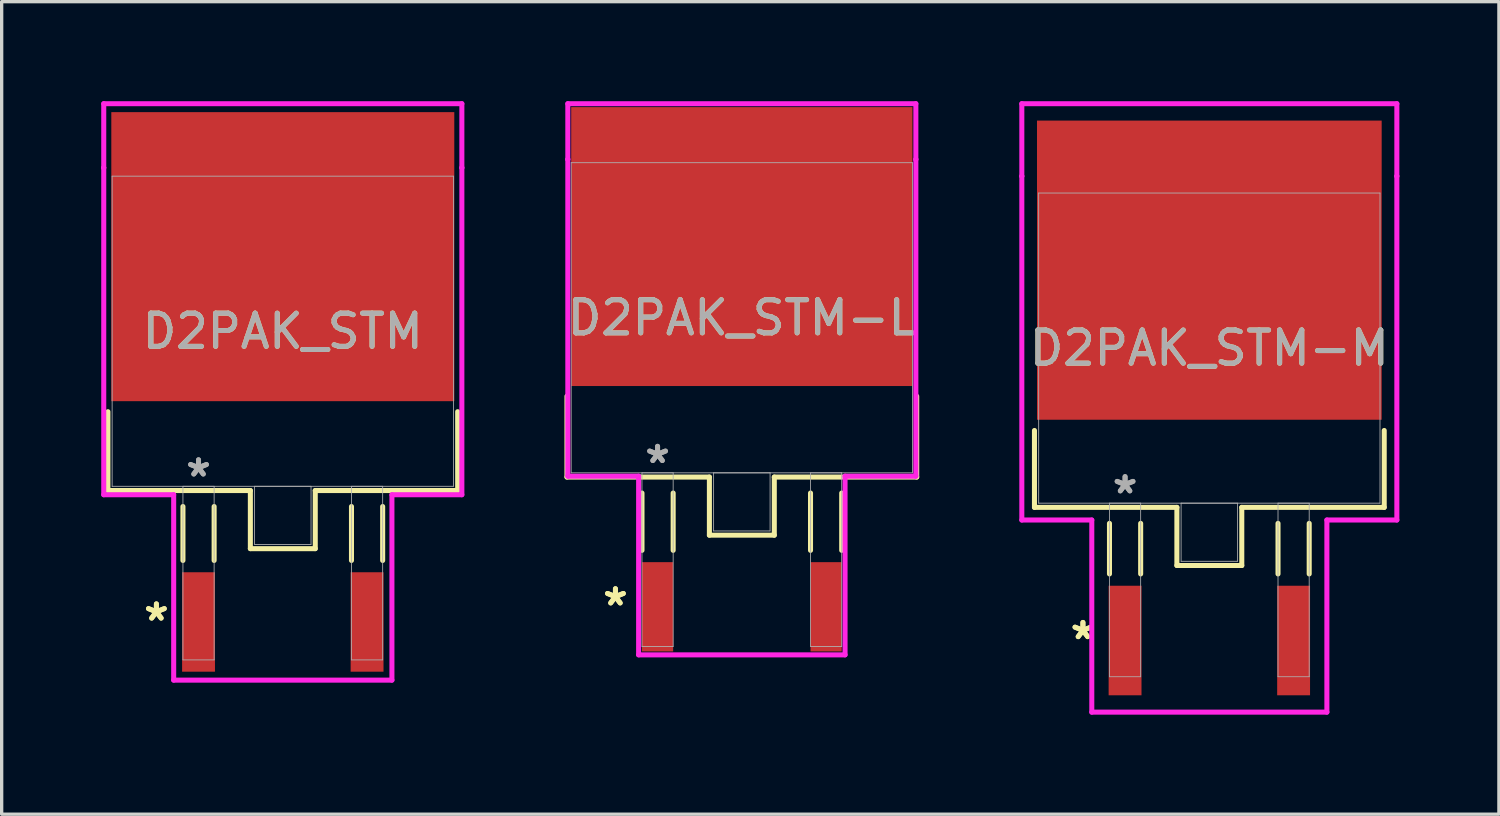
<source format=kicad_pcb>
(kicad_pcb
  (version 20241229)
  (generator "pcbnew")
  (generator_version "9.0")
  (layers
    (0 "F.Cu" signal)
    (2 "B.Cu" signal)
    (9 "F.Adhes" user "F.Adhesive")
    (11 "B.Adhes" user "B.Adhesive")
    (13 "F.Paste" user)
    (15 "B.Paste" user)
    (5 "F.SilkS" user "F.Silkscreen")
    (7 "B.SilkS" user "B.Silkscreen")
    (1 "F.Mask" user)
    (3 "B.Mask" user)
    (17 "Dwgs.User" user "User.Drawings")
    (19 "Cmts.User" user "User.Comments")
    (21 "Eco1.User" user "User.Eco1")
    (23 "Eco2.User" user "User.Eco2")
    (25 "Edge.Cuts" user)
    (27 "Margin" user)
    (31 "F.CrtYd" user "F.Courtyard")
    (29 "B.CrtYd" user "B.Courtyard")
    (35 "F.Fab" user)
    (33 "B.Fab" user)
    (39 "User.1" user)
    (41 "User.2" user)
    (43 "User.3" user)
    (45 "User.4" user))
  (footprint "D2PAK_STM"
    (layer "F.Cu")
    (at 5.474 6.934)
    (property "Reference" "D2PAK_STM" (at 0 0 0) (unlocked yes) (layer "F.SilkS") (effects (font (size 1 1) (thickness 0.15))))
    (attr smd)
    (fp_line (start -5.271 2.425) (end -5.271 4.801) (stroke (width 0.152) (type solid)) (layer "F.SilkS"))
    (fp_line (start -5.271 4.801) (end -0.978 4.801) (stroke (width 0.152) (type solid)) (layer "F.SilkS"))
    (fp_line (start -3.01 5.283) (end -3.01 6.909) (stroke (width 0.152) (type solid)) (layer "F.SilkS"))
    (fp_line (start -2.07 5.283) (end -2.07 6.909) (stroke (width 0.152) (type solid)) (layer "F.SilkS"))
    (fp_line (start -0.978 4.801) (end -0.978 6.553) (stroke (width 0.152) (type solid)) (layer "F.SilkS"))
    (fp_line (start -0.978 6.553) (end 0.978 6.553) (stroke (width 0.152) (type solid)) (layer "F.SilkS"))
    (fp_line (start 0.978 4.801) (end 5.271 4.801) (stroke (width 0.152) (type solid)) (layer "F.SilkS"))
    (fp_line (start 0.978 6.553) (end 0.978 4.801) (stroke (width 0.152) (type solid)) (layer "F.SilkS"))
    (fp_line (start 2.07 5.283) (end 2.07 6.909) (stroke (width 0.152) (type solid)) (layer "F.SilkS"))
    (fp_line (start 3.01 5.283) (end 3.01 6.909) (stroke (width 0.152) (type solid)) (layer "F.SilkS"))
    (fp_line (start 5.271 4.801) (end 5.271 2.425) (stroke (width 0.152) (type solid)) (layer "F.SilkS"))
    (fp_line (start -5.397 -6.858) (end 5.397 -6.858) (stroke (width 0.152) (type solid)) (layer "F.CrtYd"))
    (fp_line (start -5.397 -4.928) (end -5.397 -6.858) (stroke (width 0.152) (type solid)) (layer "F.CrtYd"))
    (fp_line (start -5.397 -4.928) (end -5.397 -4.928) (stroke (width 0.152) (type solid)) (layer "F.CrtYd"))
    (fp_line (start -5.397 4.928) (end -5.397 -4.928) (stroke (width 0.152) (type solid)) (layer "F.CrtYd"))
    (fp_line (start -3.289 4.928) (end -5.397 4.928) (stroke (width 0.152) (type solid)) (layer "F.CrtYd"))
    (fp_line (start -3.289 10.516) (end -3.289 4.928) (stroke (width 0.152) (type solid)) (layer "F.CrtYd"))
    (fp_line (start 3.289 4.928) (end 3.289 10.516) (stroke (width 0.152) (type solid)) (layer "F.CrtYd"))
    (fp_line (start 3.289 10.516) (end -3.289 10.516) (stroke (width 0.152) (type solid)) (layer "F.CrtYd"))
    (fp_line (start 5.397 -6.858) (end 5.397 -4.928) (stroke (width 0.152) (type solid)) (layer "F.CrtYd"))
    (fp_line (start 5.397 -4.928) (end 5.397 -4.928) (stroke (width 0.152) (type solid)) (layer "F.CrtYd"))
    (fp_line (start 5.397 -4.928) (end 5.397 4.928) (stroke (width 0.152) (type solid)) (layer "F.CrtYd"))
    (fp_line (start 5.397 4.928) (end 3.289 4.928) (stroke (width 0.152) (type solid)) (layer "F.CrtYd"))
    (fp_line (start -5.144 -4.674) (end -5.144 4.674) (stroke (width 0.025) (type solid)) (layer "F.Fab"))
    (fp_line (start -5.144 4.674) (end 5.144 4.674) (stroke (width 0.025) (type solid)) (layer "F.Fab"))
    (fp_line (start -3.01 4.674) (end -3.01 9.906) (stroke (width 0.025) (type solid)) (layer "F.Fab"))
    (fp_line (start -3.01 9.906) (end -2.07 9.906) (stroke (width 0.025) (type solid)) (layer "F.Fab"))
    (fp_line (start -2.07 4.674) (end -3.01 4.674) (stroke (width 0.025) (type solid)) (layer "F.Fab"))
    (fp_line (start -2.07 9.906) (end -2.07 4.674) (stroke (width 0.025) (type solid)) (layer "F.Fab"))
    (fp_line (start -0.851 4.674) (end -0.851 6.426) (stroke (width 0.025) (type solid)) (layer "F.Fab"))
    (fp_line (start -0.851 6.426) (end 0.851 6.426) (stroke (width 0.025) (type solid)) (layer "F.Fab"))
    (fp_line (start 0.851 4.674) (end -0.851 4.674) (stroke (width 0.025) (type solid)) (layer "F.Fab"))
    (fp_line (start 0.851 6.426) (end 0.851 4.674) (stroke (width 0.025) (type solid)) (layer "F.Fab"))
    (fp_line (start 2.07 4.674) (end 2.07 9.906) (stroke (width 0.025) (type solid)) (layer "F.Fab"))
    (fp_line (start 2.07 9.906) (end 3.01 9.906) (stroke (width 0.025) (type solid)) (layer "F.Fab"))
    (fp_line (start 3.01 4.674) (end 2.07 4.674) (stroke (width 0.025) (type solid)) (layer "F.Fab"))
    (fp_line (start 3.01 9.906) (end 3.01 4.674) (stroke (width 0.025) (type solid)) (layer "F.Fab"))
    (fp_line (start 5.144 -4.674) (end -5.144 -4.674) (stroke (width 0.025) (type solid)) (layer "F.Fab"))
    (fp_line (start 5.144 4.674) (end 5.144 -4.674) (stroke (width 0.025) (type solid)) (layer "F.Fab"))
    (fp_text user "*" (at -3.81 8.763 0) (unlocked yes) (layer "F.SilkS") (effects (font (size 1 1) (thickness 0.15))))
    (fp_text user "*" (at -3.81 8.763 0) (layer "F.SilkS") (effects (font (size 1 1) (thickness 0.15))))
    (fp_text user "*" (at -2.54 4.42 0) (unlocked yes) (layer "F.Fab") (effects (font (size 1 1) (thickness 0.15))))
    (fp_text user "${REFERENCE}" (at 0 0 0) (unlocked yes) (layer "F.Fab") (effects (font (size 1 1) (thickness 0.15))))
    (fp_text user "*" (at -2.54 4.42 0) (layer "F.Fab") (effects (font (size 1 1) (thickness 0.15))))
    (pad "1" smd rect (at -2.54 8.763) (size 0.991 2.997) (layers "F.Cu" "F.Mask" "F.Paste"))
    (pad "2" smd rect (at 0 -2.248) (size 10.338 8.712) (layers "F.Cu" "F.Mask" "F.Paste"))
    (pad "3" smd rect (at 2.54 8.763) (size 0.991 2.997) (layers "F.Cu" "F.Mask" "F.Paste")))
  (footprint "D2PAK_STM-M"
    (layer "F.Cu")
    (at 33.401 7.442)
    (property "Reference" "D2PAK_STM-M" (at 0 0 0) (unlocked yes) (layer "F.SilkS") (effects (font (size 1 1) (thickness 0.15))))
    (attr smd)
    (fp_line (start -5.271 2.483) (end -5.271 4.801) (stroke (width 0.152) (type solid)) (layer "F.SilkS"))
    (fp_line (start -5.271 4.801) (end -0.978 4.801) (stroke (width 0.152) (type solid)) (layer "F.SilkS"))
    (fp_line (start -3.01 5.283) (end -3.01 6.807) (stroke (width 0.152) (type solid)) (layer "F.SilkS"))
    (fp_line (start -2.07 5.283) (end -2.07 6.807) (stroke (width 0.152) (type solid)) (layer "F.SilkS"))
    (fp_line (start -0.978 4.801) (end -0.978 6.553) (stroke (width 0.152) (type solid)) (layer "F.SilkS"))
    (fp_line (start -0.978 6.553) (end 0.978 6.553) (stroke (width 0.152) (type solid)) (layer "F.SilkS"))
    (fp_line (start 0.978 4.801) (end 5.271 4.801) (stroke (width 0.152) (type solid)) (layer "F.SilkS"))
    (fp_line (start 0.978 6.553) (end 0.978 4.801) (stroke (width 0.152) (type solid)) (layer "F.SilkS"))
    (fp_line (start 2.07 5.283) (end 2.07 6.807) (stroke (width 0.152) (type solid)) (layer "F.SilkS"))
    (fp_line (start 3.01 5.283) (end 3.01 6.807) (stroke (width 0.152) (type solid)) (layer "F.SilkS"))
    (fp_line (start 5.271 4.801) (end 5.271 2.483) (stroke (width 0.152) (type solid)) (layer "F.SilkS"))
    (fp_line (start -5.652 -7.366) (end 5.652 -7.366) (stroke (width 0.152) (type solid)) (layer "F.CrtYd"))
    (fp_line (start -5.652 -5.182) (end -5.652 -7.366) (stroke (width 0.152) (type solid)) (layer "F.CrtYd"))
    (fp_line (start -5.652 -5.182) (end -5.652 -5.182) (stroke (width 0.152) (type solid)) (layer "F.CrtYd"))
    (fp_line (start -5.652 5.182) (end -5.652 -5.182) (stroke (width 0.152) (type solid)) (layer "F.CrtYd"))
    (fp_line (start -3.543 5.182) (end -5.652 5.182) (stroke (width 0.152) (type solid)) (layer "F.CrtYd"))
    (fp_line (start -3.543 10.973) (end -3.543 5.182) (stroke (width 0.152) (type solid)) (layer "F.CrtYd"))
    (fp_line (start 3.543 5.182) (end 3.543 10.973) (stroke (width 0.152) (type solid)) (layer "F.CrtYd"))
    (fp_line (start 3.543 10.973) (end -3.543 10.973) (stroke (width 0.152) (type solid)) (layer "F.CrtYd"))
    (fp_line (start 5.652 -7.366) (end 5.652 -5.182) (stroke (width 0.152) (type solid)) (layer "F.CrtYd"))
    (fp_line (start 5.652 -5.182) (end 5.652 -5.182) (stroke (width 0.152) (type solid)) (layer "F.CrtYd"))
    (fp_line (start 5.652 -5.182) (end 5.652 5.182) (stroke (width 0.152) (type solid)) (layer "F.CrtYd"))
    (fp_line (start 5.652 5.182) (end 3.543 5.182) (stroke (width 0.152) (type solid)) (layer "F.CrtYd"))
    (fp_line (start -5.144 -4.674) (end -5.144 4.674) (stroke (width 0.025) (type solid)) (layer "F.Fab"))
    (fp_line (start -5.144 4.674) (end 5.144 4.674) (stroke (width 0.025) (type solid)) (layer "F.Fab"))
    (fp_line (start -3.01 4.674) (end -3.01 9.906) (stroke (width 0.025) (type solid)) (layer "F.Fab"))
    (fp_line (start -3.01 9.906) (end -2.07 9.906) (stroke (width 0.025) (type solid)) (layer "F.Fab"))
    (fp_line (start -2.07 4.674) (end -3.01 4.674) (stroke (width 0.025) (type solid)) (layer "F.Fab"))
    (fp_line (start -2.07 9.906) (end -2.07 4.674) (stroke (width 0.025) (type solid)) (layer "F.Fab"))
    (fp_line (start -0.851 4.674) (end -0.851 6.426) (stroke (width 0.025) (type solid)) (layer "F.Fab"))
    (fp_line (start -0.851 6.426) (end 0.851 6.426) (stroke (width 0.025) (type solid)) (layer "F.Fab"))
    (fp_line (start 0.851 4.674) (end -0.851 4.674) (stroke (width 0.025) (type solid)) (layer "F.Fab"))
    (fp_line (start 0.851 6.426) (end 0.851 4.674) (stroke (width 0.025) (type solid)) (layer "F.Fab"))
    (fp_line (start 2.07 4.674) (end 2.07 9.906) (stroke (width 0.025) (type solid)) (layer "F.Fab"))
    (fp_line (start 2.07 9.906) (end 3.01 9.906) (stroke (width 0.025) (type solid)) (layer "F.Fab"))
    (fp_line (start 3.01 4.674) (end 2.07 4.674) (stroke (width 0.025) (type solid)) (layer "F.Fab"))
    (fp_line (start 3.01 9.906) (end 3.01 4.674) (stroke (width 0.025) (type solid)) (layer "F.Fab"))
    (fp_line (start 5.144 -4.674) (end -5.144 -4.674) (stroke (width 0.025) (type solid)) (layer "F.Fab"))
    (fp_line (start 5.144 4.674) (end 5.144 -4.674) (stroke (width 0.025) (type solid)) (layer "F.Fab"))
    (fp_text user "*" (at -3.81 8.814 0) (unlocked yes) (layer "F.SilkS") (effects (font (size 1 1) (thickness 0.15))))
    (fp_text user "*" (at -3.81 8.814 0) (layer "F.SilkS") (effects (font (size 1 1) (thickness 0.15))))
    (fp_text user "*" (at -2.54 4.42 0) (layer "F.Fab") (effects (font (size 1 1) (thickness 0.15))))
    (fp_text user "${REFERENCE}" (at 0 0 0) (unlocked yes) (layer "F.Fab") (effects (font (size 1 1) (thickness 0.15))))
    (fp_text user "*" (at -2.54 4.42 0) (unlocked yes) (layer "F.Fab") (effects (font (size 1 1) (thickness 0.15))))
    (pad "1" smd rect (at -2.54 8.814) (size 0.991 3.302) (layers "F.Cu" "F.Mask" "F.Paste"))
    (pad "2" smd rect (at 0 -2.349) (size 10.389 9.017) (layers "F.Cu" "F.Mask" "F.Paste"))
    (pad "3" smd rect (at 2.54 8.814) (size 0.991 3.302) (layers "F.Cu" "F.Mask" "F.Paste")))
  (footprint "D2PAK_STM-L"
    (layer "F.Cu")
    (at 19.31 6.528)
    (property "Reference" "D2PAK_STM-L" (at 0 0 0) (unlocked yes) (layer "F.SilkS") (effects (font (size 1 1) (thickness 0.15))))
    (attr smd)
    (fp_line (start -5.271 2.365) (end -5.271 4.801) (stroke (width 0.152) (type solid)) (layer "F.SilkS"))
    (fp_line (start -5.271 4.801) (end -0.978 4.801) (stroke (width 0.152) (type solid)) (layer "F.SilkS"))
    (fp_line (start -3.01 5.283) (end -3.01 7.01) (stroke (width 0.152) (type solid)) (layer "F.SilkS"))
    (fp_line (start -2.07 5.283) (end -2.07 7.01) (stroke (width 0.152) (type solid)) (layer "F.SilkS"))
    (fp_line (start -0.978 4.801) (end -0.978 6.553) (stroke (width 0.152) (type solid)) (layer "F.SilkS"))
    (fp_line (start -0.978 6.553) (end 0.978 6.553) (stroke (width 0.152) (type solid)) (layer "F.SilkS"))
    (fp_line (start 0.978 4.801) (end 5.271 4.801) (stroke (width 0.152) (type solid)) (layer "F.SilkS"))
    (fp_line (start 0.978 6.553) (end 0.978 4.801) (stroke (width 0.152) (type solid)) (layer "F.SilkS"))
    (fp_line (start 2.07 5.283) (end 2.07 7.01) (stroke (width 0.152) (type solid)) (layer "F.SilkS"))
    (fp_line (start 3.01 5.283) (end 3.01 7.01) (stroke (width 0.152) (type solid)) (layer "F.SilkS"))
    (fp_line (start 5.271 4.801) (end 5.271 2.365) (stroke (width 0.152) (type solid)) (layer "F.SilkS"))
    (fp_line (start -5.245 -6.452) (end 5.245 -6.452) (stroke (width 0.152) (type solid)) (layer "F.CrtYd"))
    (fp_line (start -5.245 -4.775) (end -5.245 -6.452) (stroke (width 0.152) (type solid)) (layer "F.CrtYd"))
    (fp_line (start -5.245 -4.775) (end -5.245 -4.775) (stroke (width 0.152) (type solid)) (layer "F.CrtYd"))
    (fp_line (start -5.245 4.775) (end -5.245 -4.775) (stroke (width 0.152) (type solid)) (layer "F.CrtYd"))
    (fp_line (start -3.111 4.775) (end -5.245 4.775) (stroke (width 0.152) (type solid)) (layer "F.CrtYd"))
    (fp_line (start -3.111 10.16) (end -3.111 4.775) (stroke (width 0.152) (type solid)) (layer "F.CrtYd"))
    (fp_line (start 3.111 4.775) (end 3.111 10.16) (stroke (width 0.152) (type solid)) (layer "F.CrtYd"))
    (fp_line (start 3.111 10.16) (end -3.111 10.16) (stroke (width 0.152) (type solid)) (layer "F.CrtYd"))
    (fp_line (start 5.245 -6.452) (end 5.245 -4.775) (stroke (width 0.152) (type solid)) (layer "F.CrtYd"))
    (fp_line (start 5.245 -4.775) (end 5.245 -4.775) (stroke (width 0.152) (type solid)) (layer "F.CrtYd"))
    (fp_line (start 5.245 -4.775) (end 5.245 4.775) (stroke (width 0.152) (type solid)) (layer "F.CrtYd"))
    (fp_line (start 5.245 4.775) (end 3.111 4.775) (stroke (width 0.152) (type solid)) (layer "F.CrtYd"))
    (fp_line (start -5.144 -4.674) (end -5.144 4.674) (stroke (width 0.025) (type solid)) (layer "F.Fab"))
    (fp_line (start -5.144 4.674) (end 5.144 4.674) (stroke (width 0.025) (type solid)) (layer "F.Fab"))
    (fp_line (start -3.01 4.674) (end -3.01 9.906) (stroke (width 0.025) (type solid)) (layer "F.Fab"))
    (fp_line (start -3.01 9.906) (end -2.07 9.906) (stroke (width 0.025) (type solid)) (layer "F.Fab"))
    (fp_line (start -2.07 4.674) (end -3.01 4.674) (stroke (width 0.025) (type solid)) (layer "F.Fab"))
    (fp_line (start -2.07 9.906) (end -2.07 4.674) (stroke (width 0.025) (type solid)) (layer "F.Fab"))
    (fp_line (start -0.851 4.674) (end -0.851 6.426) (stroke (width 0.025) (type solid)) (layer "F.Fab"))
    (fp_line (start -0.851 6.426) (end 0.851 6.426) (stroke (width 0.025) (type solid)) (layer "F.Fab"))
    (fp_line (start 0.851 4.674) (end -0.851 4.674) (stroke (width 0.025) (type solid)) (layer "F.Fab"))
    (fp_line (start 0.851 6.426) (end 0.851 4.674) (stroke (width 0.025) (type solid)) (layer "F.Fab"))
    (fp_line (start 2.07 4.674) (end 2.07 9.906) (stroke (width 0.025) (type solid)) (layer "F.Fab"))
    (fp_line (start 2.07 9.906) (end 3.01 9.906) (stroke (width 0.025) (type solid)) (layer "F.Fab"))
    (fp_line (start 3.01 4.674) (end 2.07 4.674) (stroke (width 0.025) (type solid)) (layer "F.Fab"))
    (fp_line (start 3.01 9.906) (end 3.01 4.674) (stroke (width 0.025) (type solid)) (layer "F.Fab"))
    (fp_line (start 5.144 -4.674) (end -5.144 -4.674) (stroke (width 0.025) (type solid)) (layer "F.Fab"))
    (fp_line (start 5.144 4.674) (end 5.144 -4.674) (stroke (width 0.025) (type solid)) (layer "F.Fab"))
    (fp_text user "*" (at -3.81 8.712 0) (layer "F.SilkS") (effects (font (size 1 1) (thickness 0.15))))
    (fp_text user "*" (at -3.81 8.712 0) (unlocked yes) (layer "F.SilkS") (effects (font (size 1 1) (thickness 0.15))))
    (fp_text user "*" (at -2.54 4.42 0) (unlocked yes) (layer "F.Fab") (effects (font (size 1 1) (thickness 0.15))))
    (fp_text user "${REFERENCE}" (at 0 0 0) (unlocked yes) (layer "F.Fab") (effects (font (size 1 1) (thickness 0.15))))
    (fp_text user "*" (at -2.54 4.42 0) (layer "F.Fab") (effects (font (size 1 1) (thickness 0.15))))
    (pad "1" smd rect (at -2.54 8.712) (size 0.94 2.692) (layers "F.Cu" "F.Mask" "F.Paste"))
    (pad "2" smd rect (at 0 -2.146) (size 10.287 8.407) (layers "F.Cu" "F.Mask" "F.Paste"))
    (pad "3" smd rect (at 2.54 8.712) (size 0.94 2.692) (layers "F.Cu" "F.Mask" "F.Paste")))
  (gr_rect
    (start -3 -3)
    (end 42.129 21.491)
    (stroke (width 0.1) (type default))
    (fill no)
    (layer "Edge.Cuts")))
</source>
